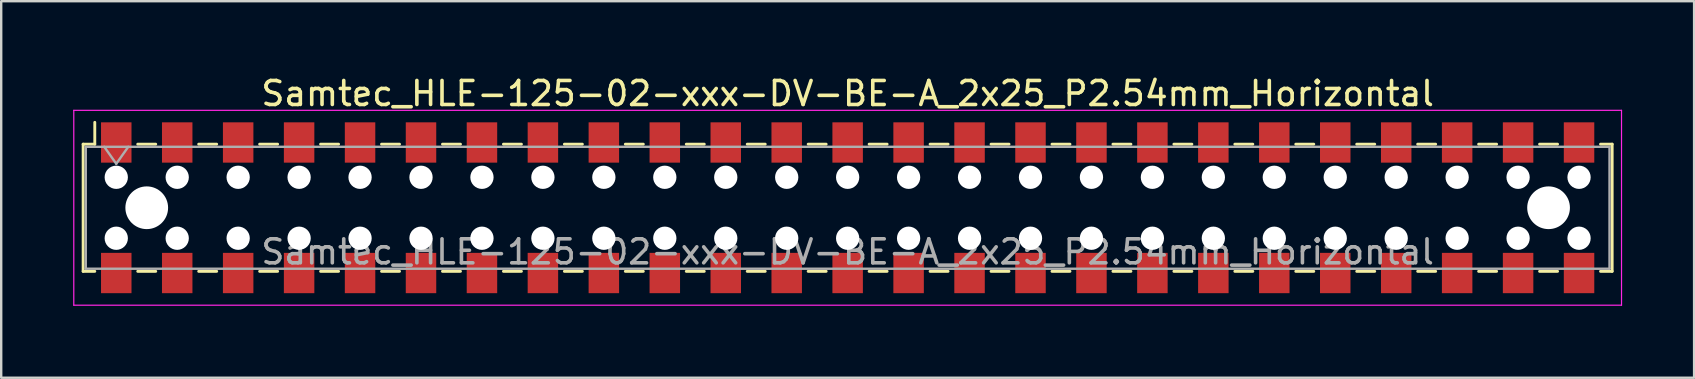
<source format=kicad_pcb>
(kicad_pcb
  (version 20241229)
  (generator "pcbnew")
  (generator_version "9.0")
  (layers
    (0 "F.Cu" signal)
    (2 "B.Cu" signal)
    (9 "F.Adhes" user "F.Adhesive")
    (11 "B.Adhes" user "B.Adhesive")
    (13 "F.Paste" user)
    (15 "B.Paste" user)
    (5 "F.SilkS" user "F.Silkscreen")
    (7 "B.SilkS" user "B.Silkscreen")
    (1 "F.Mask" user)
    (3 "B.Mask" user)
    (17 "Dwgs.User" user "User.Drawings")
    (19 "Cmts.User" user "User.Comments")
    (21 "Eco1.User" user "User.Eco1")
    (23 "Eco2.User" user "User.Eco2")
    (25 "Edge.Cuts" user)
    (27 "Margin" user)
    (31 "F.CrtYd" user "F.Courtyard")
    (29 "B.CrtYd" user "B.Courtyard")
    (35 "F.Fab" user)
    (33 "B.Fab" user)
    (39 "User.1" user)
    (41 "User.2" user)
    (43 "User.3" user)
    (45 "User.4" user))
  (footprint "Samtec_HLE-125-02-xxx-DV-BE-A_2x25_P2.54mm_Horizontal"
    (layer "F.Cu")
    (at 32.275 5.608)
    (property "Reference" "Samtec_HLE-125-02-xxx-DV-BE-A_2x25_P2.54mm_Horizontal" (at 0 -4.76 0) (layer "F.SilkS") (effects (font (size 1 1) (thickness 0.15))))
    (attr smd)
    (fp_line (start -31.86 -2.65) (end -31.86 2.65) (stroke (width 0.12) (type solid)) (layer "F.SilkS"))
    (fp_line (start -31.86 2.65) (end -31.375 2.65) (stroke (width 0.12) (type solid)) (layer "F.SilkS"))
    (fp_line (start -31.375 -3.56) (end -31.375 -2.65) (stroke (width 0.12) (type solid)) (layer "F.SilkS"))
    (fp_line (start -31.375 -2.65) (end -31.86 -2.65) (stroke (width 0.12) (type solid)) (layer "F.SilkS"))
    (fp_line (start -29.585 -2.65) (end -28.835 -2.65) (stroke (width 0.12) (type solid)) (layer "F.SilkS"))
    (fp_line (start -29.585 2.65) (end -28.835 2.65) (stroke (width 0.12) (type solid)) (layer "F.SilkS"))
    (fp_line (start -27.045 -2.65) (end -26.295 -2.65) (stroke (width 0.12) (type solid)) (layer "F.SilkS"))
    (fp_line (start -27.045 2.65) (end -26.295 2.65) (stroke (width 0.12) (type solid)) (layer "F.SilkS"))
    (fp_line (start -24.505 -2.65) (end -23.755 -2.65) (stroke (width 0.12) (type solid)) (layer "F.SilkS"))
    (fp_line (start -24.505 2.65) (end -23.755 2.65) (stroke (width 0.12) (type solid)) (layer "F.SilkS"))
    (fp_line (start -21.965 -2.65) (end -21.215 -2.65) (stroke (width 0.12) (type solid)) (layer "F.SilkS"))
    (fp_line (start -21.965 2.65) (end -21.215 2.65) (stroke (width 0.12) (type solid)) (layer "F.SilkS"))
    (fp_line (start -19.425 -2.65) (end -18.675 -2.65) (stroke (width 0.12) (type solid)) (layer "F.SilkS"))
    (fp_line (start -19.425 2.65) (end -18.675 2.65) (stroke (width 0.12) (type solid)) (layer "F.SilkS"))
    (fp_line (start -16.885 -2.65) (end -16.135 -2.65) (stroke (width 0.12) (type solid)) (layer "F.SilkS"))
    (fp_line (start -16.885 2.65) (end -16.135 2.65) (stroke (width 0.12) (type solid)) (layer "F.SilkS"))
    (fp_line (start -14.345 -2.65) (end -13.595 -2.65) (stroke (width 0.12) (type solid)) (layer "F.SilkS"))
    (fp_line (start -14.345 2.65) (end -13.595 2.65) (stroke (width 0.12) (type solid)) (layer "F.SilkS"))
    (fp_line (start -11.805 -2.65) (end -11.055 -2.65) (stroke (width 0.12) (type solid)) (layer "F.SilkS"))
    (fp_line (start -11.805 2.65) (end -11.055 2.65) (stroke (width 0.12) (type solid)) (layer "F.SilkS"))
    (fp_line (start -9.265 -2.65) (end -8.515 -2.65) (stroke (width 0.12) (type solid)) (layer "F.SilkS"))
    (fp_line (start -9.265 2.65) (end -8.515 2.65) (stroke (width 0.12) (type solid)) (layer "F.SilkS"))
    (fp_line (start -6.725 -2.65) (end -5.975 -2.65) (stroke (width 0.12) (type solid)) (layer "F.SilkS"))
    (fp_line (start -6.725 2.65) (end -5.975 2.65) (stroke (width 0.12) (type solid)) (layer "F.SilkS"))
    (fp_line (start -4.185 -2.65) (end -3.435 -2.65) (stroke (width 0.12) (type solid)) (layer "F.SilkS"))
    (fp_line (start -4.185 2.65) (end -3.435 2.65) (stroke (width 0.12) (type solid)) (layer "F.SilkS"))
    (fp_line (start -1.645 -2.65) (end -0.895 -2.65) (stroke (width 0.12) (type solid)) (layer "F.SilkS"))
    (fp_line (start -1.645 2.65) (end -0.895 2.65) (stroke (width 0.12) (type solid)) (layer "F.SilkS"))
    (fp_line (start 0.895 -2.65) (end 1.645 -2.65) (stroke (width 0.12) (type solid)) (layer "F.SilkS"))
    (fp_line (start 0.895 2.65) (end 1.645 2.65) (stroke (width 0.12) (type solid)) (layer "F.SilkS"))
    (fp_line (start 3.435 -2.65) (end 4.185 -2.65) (stroke (width 0.12) (type solid)) (layer "F.SilkS"))
    (fp_line (start 3.435 2.65) (end 4.185 2.65) (stroke (width 0.12) (type solid)) (layer "F.SilkS"))
    (fp_line (start 5.975 -2.65) (end 6.725 -2.65) (stroke (width 0.12) (type solid)) (layer "F.SilkS"))
    (fp_line (start 5.975 2.65) (end 6.725 2.65) (stroke (width 0.12) (type solid)) (layer "F.SilkS"))
    (fp_line (start 8.515 -2.65) (end 9.265 -2.65) (stroke (width 0.12) (type solid)) (layer "F.SilkS"))
    (fp_line (start 8.515 2.65) (end 9.265 2.65) (stroke (width 0.12) (type solid)) (layer "F.SilkS"))
    (fp_line (start 11.055 -2.65) (end 11.805 -2.65) (stroke (width 0.12) (type solid)) (layer "F.SilkS"))
    (fp_line (start 11.055 2.65) (end 11.805 2.65) (stroke (width 0.12) (type solid)) (layer "F.SilkS"))
    (fp_line (start 13.595 -2.65) (end 14.345 -2.65) (stroke (width 0.12) (type solid)) (layer "F.SilkS"))
    (fp_line (start 13.595 2.65) (end 14.345 2.65) (stroke (width 0.12) (type solid)) (layer "F.SilkS"))
    (fp_line (start 16.135 -2.65) (end 16.885 -2.65) (stroke (width 0.12) (type solid)) (layer "F.SilkS"))
    (fp_line (start 16.135 2.65) (end 16.885 2.65) (stroke (width 0.12) (type solid)) (layer "F.SilkS"))
    (fp_line (start 18.675 -2.65) (end 19.425 -2.65) (stroke (width 0.12) (type solid)) (layer "F.SilkS"))
    (fp_line (start 18.675 2.65) (end 19.425 2.65) (stroke (width 0.12) (type solid)) (layer "F.SilkS"))
    (fp_line (start 21.215 -2.65) (end 21.965 -2.65) (stroke (width 0.12) (type solid)) (layer "F.SilkS"))
    (fp_line (start 21.215 2.65) (end 21.965 2.65) (stroke (width 0.12) (type solid)) (layer "F.SilkS"))
    (fp_line (start 23.755 -2.65) (end 24.505 -2.65) (stroke (width 0.12) (type solid)) (layer "F.SilkS"))
    (fp_line (start 23.755 2.65) (end 24.505 2.65) (stroke (width 0.12) (type solid)) (layer "F.SilkS"))
    (fp_line (start 26.295 -2.65) (end 27.045 -2.65) (stroke (width 0.12) (type solid)) (layer "F.SilkS"))
    (fp_line (start 26.295 2.65) (end 27.045 2.65) (stroke (width 0.12) (type solid)) (layer "F.SilkS"))
    (fp_line (start 28.835 -2.65) (end 29.585 -2.65) (stroke (width 0.12) (type solid)) (layer "F.SilkS"))
    (fp_line (start 28.835 2.65) (end 29.585 2.65) (stroke (width 0.12) (type solid)) (layer "F.SilkS"))
    (fp_line (start 31.375 -2.65) (end 31.86 -2.65) (stroke (width 0.12) (type solid)) (layer "F.SilkS"))
    (fp_line (start 31.86 -2.65) (end 31.86 2.65) (stroke (width 0.12) (type solid)) (layer "F.SilkS"))
    (fp_line (start 31.86 2.65) (end 31.375 2.65) (stroke (width 0.12) (type solid)) (layer "F.SilkS"))
    (fp_line (start -32.25 -4.06) (end 32.25 -4.06) (stroke (width 0.05) (type solid)) (layer "F.CrtYd"))
    (fp_line (start -32.25 4.06) (end -32.25 -4.06) (stroke (width 0.05) (type solid)) (layer "F.CrtYd"))
    (fp_line (start 32.25 -4.06) (end 32.25 4.06) (stroke (width 0.05) (type solid)) (layer "F.CrtYd"))
    (fp_line (start 32.25 4.06) (end -32.25 4.06) (stroke (width 0.05) (type solid)) (layer "F.CrtYd"))
    (fp_line (start -31.75 -2.54) (end 31.75 -2.54) (stroke (width 0.1) (type solid)) (layer "F.Fab"))
    (fp_line (start -31.75 2.54) (end -31.75 -2.54) (stroke (width 0.1) (type solid)) (layer "F.Fab"))
    (fp_line (start -30.98 -2.54) (end -30.48 -1.833) (stroke (width 0.1) (type solid)) (layer "F.Fab"))
    (fp_line (start -30.48 -1.833) (end -29.98 -2.54) (stroke (width 0.1) (type solid)) (layer "F.Fab"))
    (fp_line (start 31.75 -2.54) (end 31.75 2.54) (stroke (width 0.1) (type solid)) (layer "F.Fab"))
    (fp_line (start 31.75 2.54) (end -31.75 2.54) (stroke (width 0.1) (type solid)) (layer "F.Fab"))
    (fp_text user "${REFERENCE}" (at 0 1.84 0) (layer "F.Fab") (effects (font (size 1 1) (thickness 0.15))))
    (pad "" np_thru_hole circle (at -30.48 -1.27) (size 0.97 0.97) (drill 0.97) (layers "*.Cu" "*.Mask"))
    (pad "" np_thru_hole circle (at -30.48 1.27) (size 0.97 0.97) (drill 0.97) (layers "*.Cu" "*.Mask"))
    (pad "" np_thru_hole circle (at -29.21 0) (size 1.78 1.78) (drill 1.78) (layers "*.Cu" "*.Mask"))
    (pad "" np_thru_hole circle (at -27.94 -1.27) (size 0.97 0.97) (drill 0.97) (layers "*.Cu" "*.Mask"))
    (pad "" np_thru_hole circle (at -27.94 1.27) (size 0.97 0.97) (drill 0.97) (layers "*.Cu" "*.Mask"))
    (pad "" np_thru_hole circle (at -25.4 -1.27) (size 0.97 0.97) (drill 0.97) (layers "*.Cu" "*.Mask"))
    (pad "" np_thru_hole circle (at -25.4 1.27) (size 0.97 0.97) (drill 0.97) (layers "*.Cu" "*.Mask"))
    (pad "" np_thru_hole circle (at -22.86 -1.27) (size 0.97 0.97) (drill 0.97) (layers "*.Cu" "*.Mask"))
    (pad "" np_thru_hole circle (at -22.86 1.27) (size 0.97 0.97) (drill 0.97) (layers "*.Cu" "*.Mask"))
    (pad "" np_thru_hole circle (at -20.32 -1.27) (size 0.97 0.97) (drill 0.97) (layers "*.Cu" "*.Mask"))
    (pad "" np_thru_hole circle (at -20.32 1.27) (size 0.97 0.97) (drill 0.97) (layers "*.Cu" "*.Mask"))
    (pad "" np_thru_hole circle (at -17.78 -1.27) (size 0.97 0.97) (drill 0.97) (layers "*.Cu" "*.Mask"))
    (pad "" np_thru_hole circle (at -17.78 1.27) (size 0.97 0.97) (drill 0.97) (layers "*.Cu" "*.Mask"))
    (pad "" np_thru_hole circle (at -15.24 -1.27) (size 0.97 0.97) (drill 0.97) (layers "*.Cu" "*.Mask"))
    (pad "" np_thru_hole circle (at -15.24 1.27) (size 0.97 0.97) (drill 0.97) (layers "*.Cu" "*.Mask"))
    (pad "" np_thru_hole circle (at -12.7 -1.27) (size 0.97 0.97) (drill 0.97) (layers "*.Cu" "*.Mask"))
    (pad "" np_thru_hole circle (at -12.7 1.27) (size 0.97 0.97) (drill 0.97) (layers "*.Cu" "*.Mask"))
    (pad "" np_thru_hole circle (at -10.16 -1.27) (size 0.97 0.97) (drill 0.97) (layers "*.Cu" "*.Mask"))
    (pad "" np_thru_hole circle (at -10.16 1.27) (size 0.97 0.97) (drill 0.97) (layers "*.Cu" "*.Mask"))
    (pad "" np_thru_hole circle (at -7.62 -1.27) (size 0.97 0.97) (drill 0.97) (layers "*.Cu" "*.Mask"))
    (pad "" np_thru_hole circle (at -7.62 1.27) (size 0.97 0.97) (drill 0.97) (layers "*.Cu" "*.Mask"))
    (pad "" np_thru_hole circle (at -5.08 -1.27) (size 0.97 0.97) (drill 0.97) (layers "*.Cu" "*.Mask"))
    (pad "" np_thru_hole circle (at -5.08 1.27) (size 0.97 0.97) (drill 0.97) (layers "*.Cu" "*.Mask"))
    (pad "" np_thru_hole circle (at -2.54 -1.27) (size 0.97 0.97) (drill 0.97) (layers "*.Cu" "*.Mask"))
    (pad "" np_thru_hole circle (at -2.54 1.27) (size 0.97 0.97) (drill 0.97) (layers "*.Cu" "*.Mask"))
    (pad "" np_thru_hole circle (at 0 -1.27) (size 0.97 0.97) (drill 0.97) (layers "*.Cu" "*.Mask"))
    (pad "" np_thru_hole circle (at 0 1.27) (size 0.97 0.97) (drill 0.97) (layers "*.Cu" "*.Mask"))
    (pad "" np_thru_hole circle (at 2.54 -1.27) (size 0.97 0.97) (drill 0.97) (layers "*.Cu" "*.Mask"))
    (pad "" np_thru_hole circle (at 2.54 1.27) (size 0.97 0.97) (drill 0.97) (layers "*.Cu" "*.Mask"))
    (pad "" np_thru_hole circle (at 5.08 -1.27) (size 0.97 0.97) (drill 0.97) (layers "*.Cu" "*.Mask"))
    (pad "" np_thru_hole circle (at 5.08 1.27) (size 0.97 0.97) (drill 0.97) (layers "*.Cu" "*.Mask"))
    (pad "" np_thru_hole circle (at 7.62 -1.27) (size 0.97 0.97) (drill 0.97) (layers "*.Cu" "*.Mask"))
    (pad "" np_thru_hole circle (at 7.62 1.27) (size 0.97 0.97) (drill 0.97) (layers "*.Cu" "*.Mask"))
    (pad "" np_thru_hole circle (at 10.16 -1.27) (size 0.97 0.97) (drill 0.97) (layers "*.Cu" "*.Mask"))
    (pad "" np_thru_hole circle (at 10.16 1.27) (size 0.97 0.97) (drill 0.97) (layers "*.Cu" "*.Mask"))
    (pad "" np_thru_hole circle (at 12.7 -1.27) (size 0.97 0.97) (drill 0.97) (layers "*.Cu" "*.Mask"))
    (pad "" np_thru_hole circle (at 12.7 1.27) (size 0.97 0.97) (drill 0.97) (layers "*.Cu" "*.Mask"))
    (pad "" np_thru_hole circle (at 15.24 -1.27) (size 0.97 0.97) (drill 0.97) (layers "*.Cu" "*.Mask"))
    (pad "" np_thru_hole circle (at 15.24 1.27) (size 0.97 0.97) (drill 0.97) (layers "*.Cu" "*.Mask"))
    (pad "" np_thru_hole circle (at 17.78 -1.27) (size 0.97 0.97) (drill 0.97) (layers "*.Cu" "*.Mask"))
    (pad "" np_thru_hole circle (at 17.78 1.27) (size 0.97 0.97) (drill 0.97) (layers "*.Cu" "*.Mask"))
    (pad "" np_thru_hole circle (at 20.32 -1.27) (size 0.97 0.97) (drill 0.97) (layers "*.Cu" "*.Mask"))
    (pad "" np_thru_hole circle (at 20.32 1.27) (size 0.97 0.97) (drill 0.97) (layers "*.Cu" "*.Mask"))
    (pad "" np_thru_hole circle (at 22.86 -1.27) (size 0.97 0.97) (drill 0.97) (layers "*.Cu" "*.Mask"))
    (pad "" np_thru_hole circle (at 22.86 1.27) (size 0.97 0.97) (drill 0.97) (layers "*.Cu" "*.Mask"))
    (pad "" np_thru_hole circle (at 25.4 -1.27) (size 0.97 0.97) (drill 0.97) (layers "*.Cu" "*.Mask"))
    (pad "" np_thru_hole circle (at 25.4 1.27) (size 0.97 0.97) (drill 0.97) (layers "*.Cu" "*.Mask"))
    (pad "" np_thru_hole circle (at 27.94 -1.27) (size 0.97 0.97) (drill 0.97) (layers "*.Cu" "*.Mask"))
    (pad "" np_thru_hole circle (at 27.94 1.27) (size 0.97 0.97) (drill 0.97) (layers "*.Cu" "*.Mask"))
    (pad "" np_thru_hole circle (at 29.21 0) (size 1.78 1.78) (drill 1.78) (layers "*.Cu" "*.Mask"))
    (pad "" np_thru_hole circle (at 30.48 -1.27) (size 0.97 0.97) (drill 0.97) (layers "*.Cu" "*.Mask"))
    (pad "" np_thru_hole circle (at 30.48 1.27) (size 0.97 0.97) (drill 0.97) (layers "*.Cu" "*.Mask"))
    (pad "1" smd rect (at -30.48 -2.72) (size 1.27 1.68) (layers "F.Cu" "F.Mask" "F.Paste"))
    (pad "2" smd rect (at -30.48 2.72) (size 1.27 1.68) (layers "F.Cu" "F.Mask" "F.Paste"))
    (pad "3" smd rect (at -27.94 -2.72) (size 1.27 1.68) (layers "F.Cu" "F.Mask" "F.Paste"))
    (pad "4" smd rect (at -27.94 2.72) (size 1.27 1.68) (layers "F.Cu" "F.Mask" "F.Paste"))
    (pad "5" smd rect (at -25.4 -2.72) (size 1.27 1.68) (layers "F.Cu" "F.Mask" "F.Paste"))
    (pad "6" smd rect (at -25.4 2.72) (size 1.27 1.68) (layers "F.Cu" "F.Mask" "F.Paste"))
    (pad "7" smd rect (at -22.86 -2.72) (size 1.27 1.68) (layers "F.Cu" "F.Mask" "F.Paste"))
    (pad "8" smd rect (at -22.86 2.72) (size 1.27 1.68) (layers "F.Cu" "F.Mask" "F.Paste"))
    (pad "9" smd rect (at -20.32 -2.72) (size 1.27 1.68) (layers "F.Cu" "F.Mask" "F.Paste"))
    (pad "10" smd rect (at -20.32 2.72) (size 1.27 1.68) (layers "F.Cu" "F.Mask" "F.Paste"))
    (pad "11" smd rect (at -17.78 -2.72) (size 1.27 1.68) (layers "F.Cu" "F.Mask" "F.Paste"))
    (pad "12" smd rect (at -17.78 2.72) (size 1.27 1.68) (layers "F.Cu" "F.Mask" "F.Paste"))
    (pad "13" smd rect (at -15.24 -2.72) (size 1.27 1.68) (layers "F.Cu" "F.Mask" "F.Paste"))
    (pad "14" smd rect (at -15.24 2.72) (size 1.27 1.68) (layers "F.Cu" "F.Mask" "F.Paste"))
    (pad "15" smd rect (at -12.7 -2.72) (size 1.27 1.68) (layers "F.Cu" "F.Mask" "F.Paste"))
    (pad "16" smd rect (at -12.7 2.72) (size 1.27 1.68) (layers "F.Cu" "F.Mask" "F.Paste"))
    (pad "17" smd rect (at -10.16 -2.72) (size 1.27 1.68) (layers "F.Cu" "F.Mask" "F.Paste"))
    (pad "18" smd rect (at -10.16 2.72) (size 1.27 1.68) (layers "F.Cu" "F.Mask" "F.Paste"))
    (pad "19" smd rect (at -7.62 -2.72) (size 1.27 1.68) (layers "F.Cu" "F.Mask" "F.Paste"))
    (pad "20" smd rect (at -7.62 2.72) (size 1.27 1.68) (layers "F.Cu" "F.Mask" "F.Paste"))
    (pad "21" smd rect (at -5.08 -2.72) (size 1.27 1.68) (layers "F.Cu" "F.Mask" "F.Paste"))
    (pad "22" smd rect (at -5.08 2.72) (size 1.27 1.68) (layers "F.Cu" "F.Mask" "F.Paste"))
    (pad "23" smd rect (at -2.54 -2.72) (size 1.27 1.68) (layers "F.Cu" "F.Mask" "F.Paste"))
    (pad "24" smd rect (at -2.54 2.72) (size 1.27 1.68) (layers "F.Cu" "F.Mask" "F.Paste"))
    (pad "25" smd rect (at 0 -2.72) (size 1.27 1.68) (layers "F.Cu" "F.Mask" "F.Paste"))
    (pad "26" smd rect (at 0 2.72) (size 1.27 1.68) (layers "F.Cu" "F.Mask" "F.Paste"))
    (pad "27" smd rect (at 2.54 -2.72) (size 1.27 1.68) (layers "F.Cu" "F.Mask" "F.Paste"))
    (pad "28" smd rect (at 2.54 2.72) (size 1.27 1.68) (layers "F.Cu" "F.Mask" "F.Paste"))
    (pad "29" smd rect (at 5.08 -2.72) (size 1.27 1.68) (layers "F.Cu" "F.Mask" "F.Paste"))
    (pad "30" smd rect (at 5.08 2.72) (size 1.27 1.68) (layers "F.Cu" "F.Mask" "F.Paste"))
    (pad "31" smd rect (at 7.62 -2.72) (size 1.27 1.68) (layers "F.Cu" "F.Mask" "F.Paste"))
    (pad "32" smd rect (at 7.62 2.72) (size 1.27 1.68) (layers "F.Cu" "F.Mask" "F.Paste"))
    (pad "33" smd rect (at 10.16 -2.72) (size 1.27 1.68) (layers "F.Cu" "F.Mask" "F.Paste"))
    (pad "34" smd rect (at 10.16 2.72) (size 1.27 1.68) (layers "F.Cu" "F.Mask" "F.Paste"))
    (pad "35" smd rect (at 12.7 -2.72) (size 1.27 1.68) (layers "F.Cu" "F.Mask" "F.Paste"))
    (pad "36" smd rect (at 12.7 2.72) (size 1.27 1.68) (layers "F.Cu" "F.Mask" "F.Paste"))
    (pad "37" smd rect (at 15.24 -2.72) (size 1.27 1.68) (layers "F.Cu" "F.Mask" "F.Paste"))
    (pad "38" smd rect (at 15.24 2.72) (size 1.27 1.68) (layers "F.Cu" "F.Mask" "F.Paste"))
    (pad "39" smd rect (at 17.78 -2.72) (size 1.27 1.68) (layers "F.Cu" "F.Mask" "F.Paste"))
    (pad "40" smd rect (at 17.78 2.72) (size 1.27 1.68) (layers "F.Cu" "F.Mask" "F.Paste"))
    (pad "41" smd rect (at 20.32 -2.72) (size 1.27 1.68) (layers "F.Cu" "F.Mask" "F.Paste"))
    (pad "42" smd rect (at 20.32 2.72) (size 1.27 1.68) (layers "F.Cu" "F.Mask" "F.Paste"))
    (pad "43" smd rect (at 22.86 -2.72) (size 1.27 1.68) (layers "F.Cu" "F.Mask" "F.Paste"))
    (pad "44" smd rect (at 22.86 2.72) (size 1.27 1.68) (layers "F.Cu" "F.Mask" "F.Paste"))
    (pad "45" smd rect (at 25.4 -2.72) (size 1.27 1.68) (layers "F.Cu" "F.Mask" "F.Paste"))
    (pad "46" smd rect (at 25.4 2.72) (size 1.27 1.68) (layers "F.Cu" "F.Mask" "F.Paste"))
    (pad "47" smd rect (at 27.94 -2.72) (size 1.27 1.68) (layers "F.Cu" "F.Mask" "F.Paste"))
    (pad "48" smd rect (at 27.94 2.72) (size 1.27 1.68) (layers "F.Cu" "F.Mask" "F.Paste"))
    (pad "49" smd rect (at 30.48 -2.72) (size 1.27 1.68) (layers "F.Cu" "F.Mask" "F.Paste"))
    (pad "50" smd rect (at 30.48 2.72) (size 1.27 1.68) (layers "F.Cu" "F.Mask" "F.Paste")))
  (gr_rect
    (start -3 -3)
    (end 67.55 12.693)
    (stroke (width 0.1) (type default))
    (fill no)
    (layer "Edge.Cuts")))
</source>
